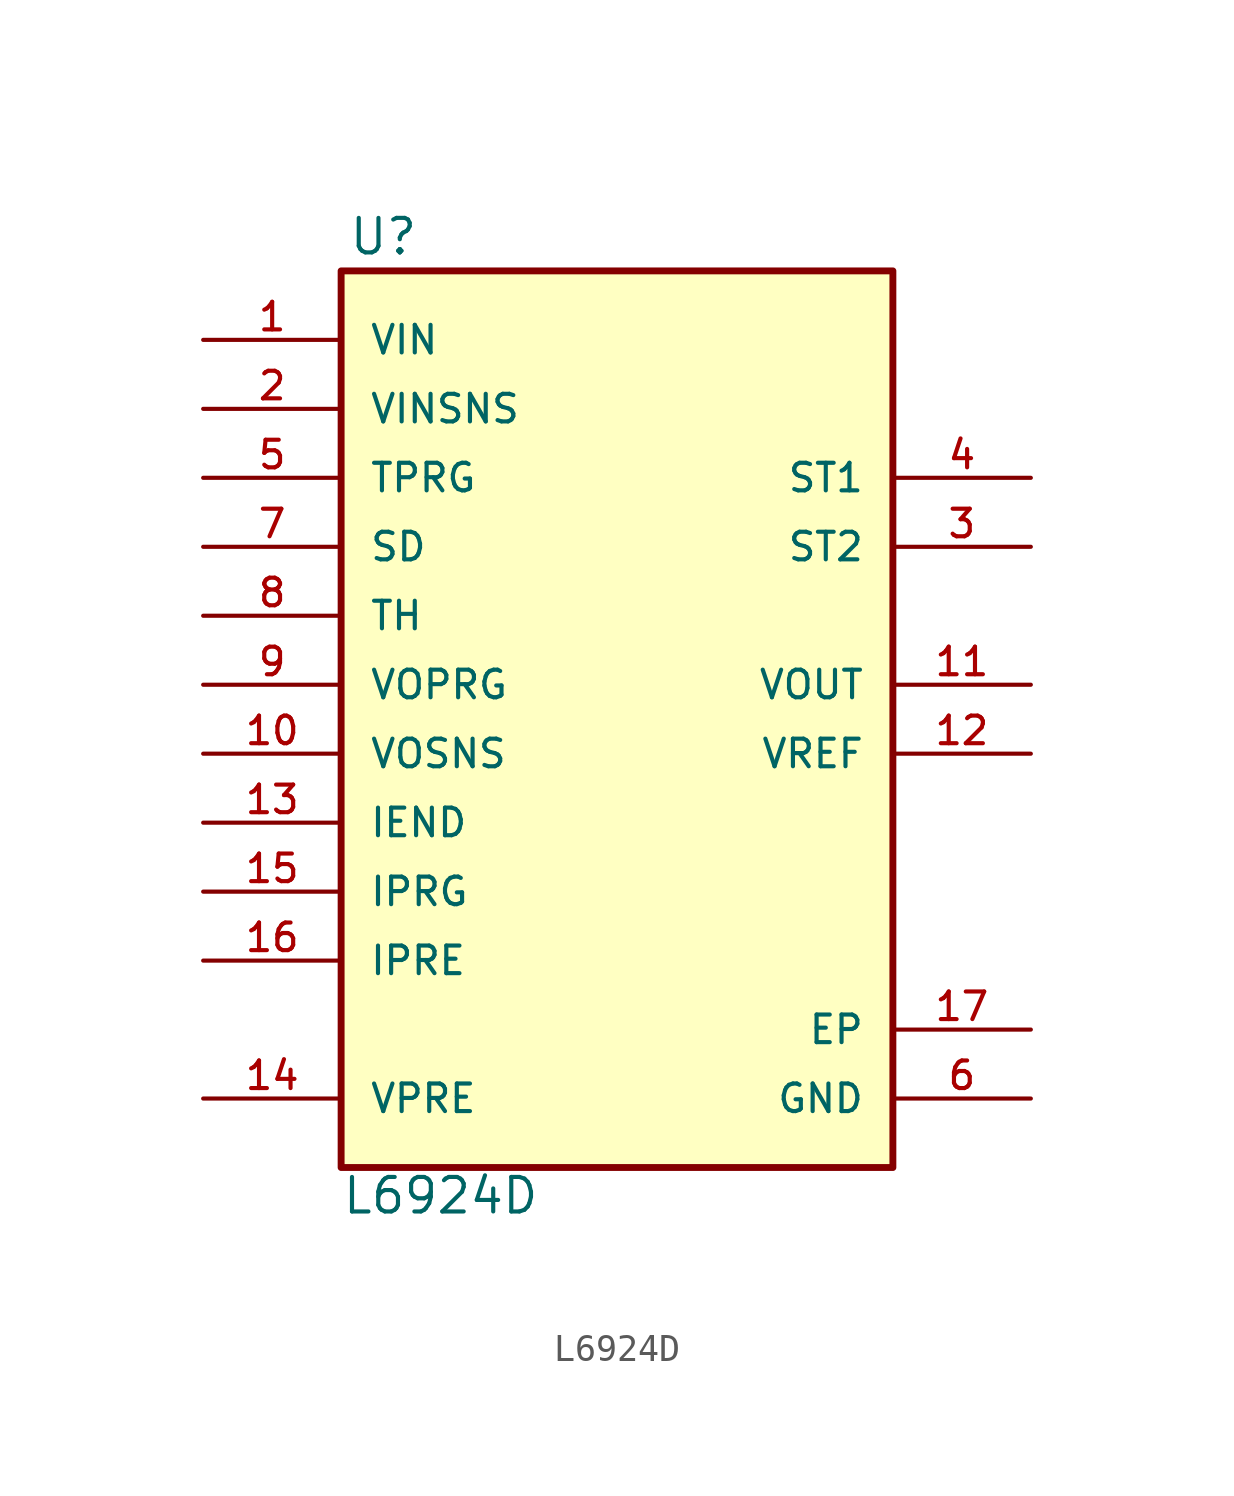
<source format=kicad_sym>
(kicad_symbol_lib
  (version 20211014)
  (generator kicad_symbol_editor)
  (symbol "L6924D"
    (pin_names
      (offset 1.016))
    (property "Reference" "U"
      (at -9.913 15.759 0)
      (effects (font (size 1.27 1.27)) (justify bottom left)))
    (property "Value" "L6924D"
      (at -10.162 -19.561 0)
      (effects (font (size 1.27 1.27)) (justify bottom left)))
    (symbol "L6924D_0_0"
      (rectangle (start -10.16 -17.78) (end 10.16 15.24) (stroke (width 0.254)) (fill (type background)))
      (pin input line (at -15.24 12.7 0) (length 5.08) (name "VIN" (effects (font (size 1.016 1.016)))) (number "1" (effects (font (size 1.016 1.016)))))
      (pin input line (at -15.24 10.16 0) (length 5.08) (name "VINSNS" (effects (font (size 1.016 1.016)))) (number "2" (effects (font (size 1.016 1.016)))))
      (pin output line (at 15.24 5.08 180.0) (length 5.08) (name "ST2" (effects (font (size 1.016 1.016)))) (number "3" (effects (font (size 1.016 1.016)))))
      (pin output line (at 15.24 7.62 180.0) (length 5.08) (name "ST1" (effects (font (size 1.016 1.016)))) (number "4" (effects (font (size 1.016 1.016)))))
      (pin input line (at -15.24 7.62 0) (length 5.08) (name "TPRG" (effects (font (size 1.016 1.016)))) (number "5" (effects (font (size 1.016 1.016)))))
      (pin power_in line (at 15.24 -15.24 180.0) (length 5.08) (name "GND" (effects (font (size 1.016 1.016)))) (number "6" (effects (font (size 1.016 1.016)))))
      (pin input line (at -15.24 5.08 0) (length 5.08) (name "SD" (effects (font (size 1.016 1.016)))) (number "7" (effects (font (size 1.016 1.016)))))
      (pin input line (at -15.24 2.54 0) (length 5.08) (name "TH" (effects (font (size 1.016 1.016)))) (number "8" (effects (font (size 1.016 1.016)))))
      (pin input line (at -15.24 0.0 0) (length 5.08) (name "VOPRG" (effects (font (size 1.016 1.016)))) (number "9" (effects (font (size 1.016 1.016)))))
      (pin output line (at 15.24 0.0 180.0) (length 5.08) (name "VOUT" (effects (font (size 1.016 1.016)))) (number "11" (effects (font (size 1.016 1.016)))))
      (pin input line (at -15.24 -2.54 0) (length 5.08) (name "VOSNS" (effects (font (size 1.016 1.016)))) (number "10" (effects (font (size 1.016 1.016)))))
      (pin output line (at 15.24 -2.54 180.0) (length 5.08) (name "VREF" (effects (font (size 1.016 1.016)))) (number "12" (effects (font (size 1.016 1.016)))))
      (pin input line (at -15.24 -5.08 0) (length 5.08) (name "IEND" (effects (font (size 1.016 1.016)))) (number "13" (effects (font (size 1.016 1.016)))))
      (pin bidirectional line (at -15.24 -15.24 0) (length 5.08) (name "VPRE" (effects (font (size 1.016 1.016)))) (number "14" (effects (font (size 1.016 1.016)))))
      (pin input line (at -15.24 -7.62 0) (length 5.08) (name "IPRG" (effects (font (size 1.016 1.016)))) (number "15" (effects (font (size 1.016 1.016)))))
      (pin input line (at -15.24 -10.16 0) (length 5.08) (name "IPRE" (effects (font (size 1.016 1.016)))) (number "16" (effects (font (size 1.016 1.016)))))
      (pin power_in line (at 15.24 -12.7 180.0) (length 5.08) (name "EP" (effects (font (size 1.016 1.016)))) (number "17" (effects (font (size 1.016 1.016))))))))
</source>
